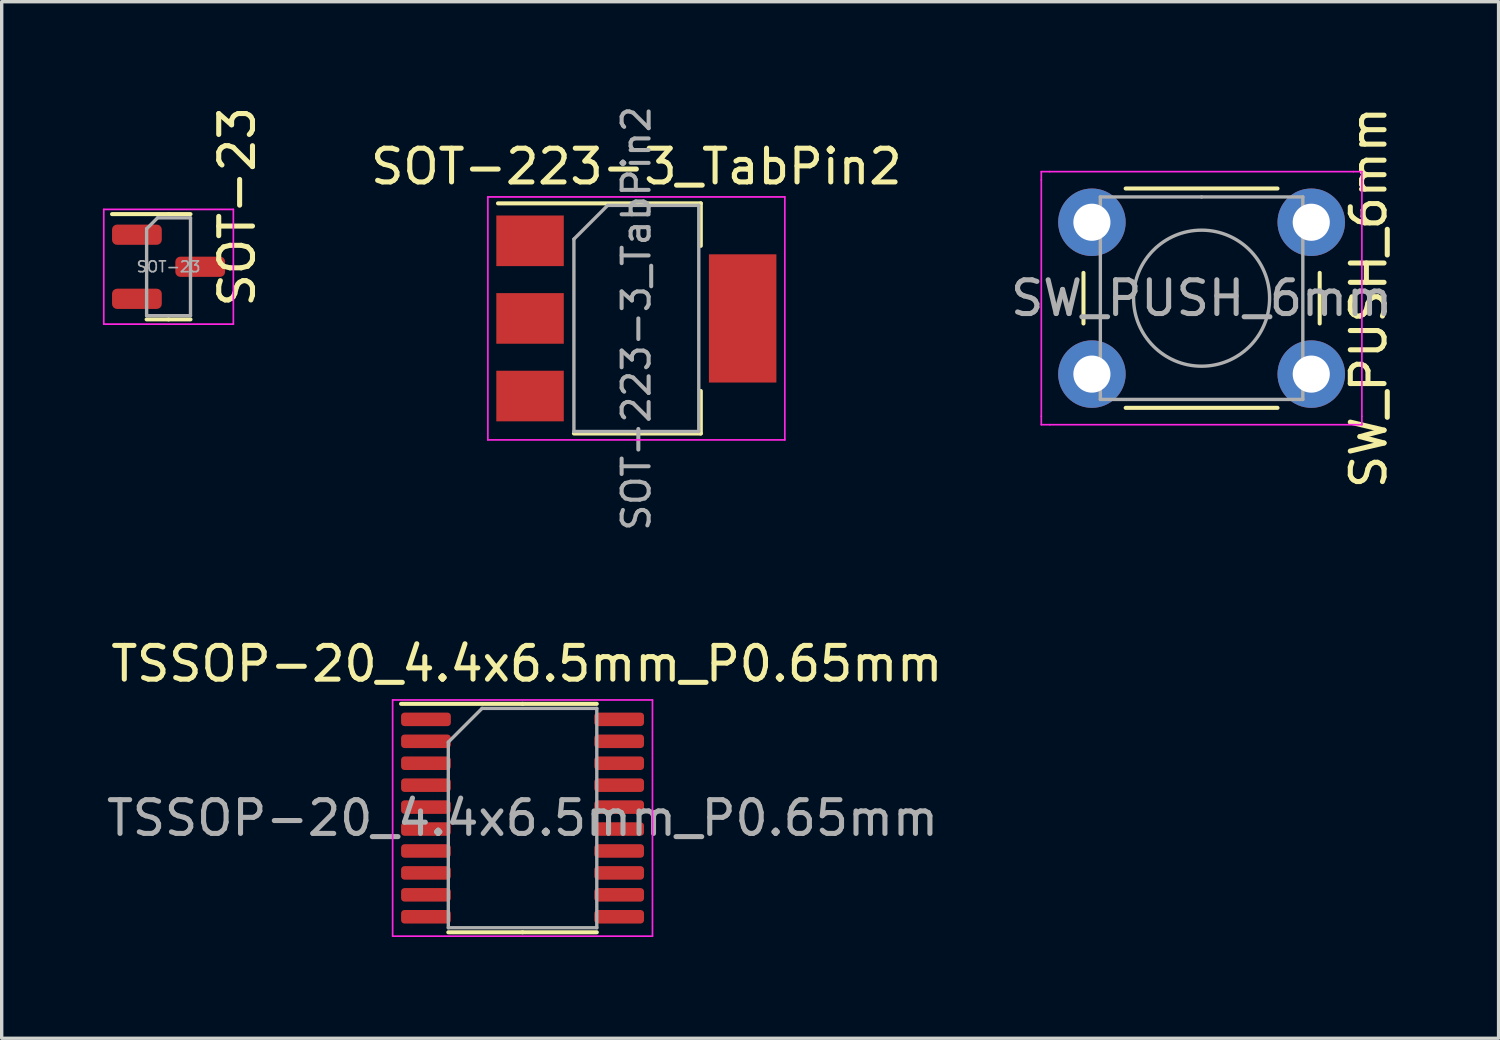
<source format=kicad_pcb>
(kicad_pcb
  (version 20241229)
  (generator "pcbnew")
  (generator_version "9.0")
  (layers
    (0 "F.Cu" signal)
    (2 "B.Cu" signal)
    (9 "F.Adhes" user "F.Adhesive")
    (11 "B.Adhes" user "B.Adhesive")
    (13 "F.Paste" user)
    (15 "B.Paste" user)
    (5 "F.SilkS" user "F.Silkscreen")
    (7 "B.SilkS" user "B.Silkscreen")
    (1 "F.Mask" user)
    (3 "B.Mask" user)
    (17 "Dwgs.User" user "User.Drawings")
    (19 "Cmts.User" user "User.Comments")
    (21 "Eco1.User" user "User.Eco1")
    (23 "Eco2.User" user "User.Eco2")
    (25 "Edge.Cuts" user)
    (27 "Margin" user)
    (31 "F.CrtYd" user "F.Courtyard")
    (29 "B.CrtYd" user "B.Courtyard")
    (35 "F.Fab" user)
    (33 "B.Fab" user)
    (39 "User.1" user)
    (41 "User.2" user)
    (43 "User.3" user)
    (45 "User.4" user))
  (footprint "SOT-223-3_TabPin2"
    (layer "F.Cu")
    (at 15.807 6.386)
    (property "Reference" "SOT-223-3_TabPin2" (at 0 -4.5 0) (layer "F.SilkS") (effects (font (size 1 1) (thickness 0.15))))
    (attr smd)
    (fp_line (start -4.1 -3.41) (end 1.91 -3.41) (stroke (width 0.12) (type solid)) (layer "F.SilkS"))
    (fp_line (start -1.85 3.41) (end 1.91 3.41) (stroke (width 0.12) (type solid)) (layer "F.SilkS"))
    (fp_line (start 1.91 -3.41) (end 1.91 -2.15) (stroke (width 0.12) (type solid)) (layer "F.SilkS"))
    (fp_line (start 1.91 3.41) (end 1.91 2.15) (stroke (width 0.12) (type solid)) (layer "F.SilkS"))
    (fp_line (start -4.4 -3.6) (end -4.4 3.6) (stroke (width 0.05) (type solid)) (layer "F.CrtYd"))
    (fp_line (start -4.4 3.6) (end 4.4 3.6) (stroke (width 0.05) (type solid)) (layer "F.CrtYd"))
    (fp_line (start 4.4 -3.6) (end -4.4 -3.6) (stroke (width 0.05) (type solid)) (layer "F.CrtYd"))
    (fp_line (start 4.4 3.6) (end 4.4 -3.6) (stroke (width 0.05) (type solid)) (layer "F.CrtYd"))
    (fp_line (start -1.85 -2.35) (end -1.85 3.35) (stroke (width 0.1) (type solid)) (layer "F.Fab"))
    (fp_line (start -1.85 -2.35) (end -0.85 -3.35) (stroke (width 0.1) (type solid)) (layer "F.Fab"))
    (fp_line (start -1.85 3.35) (end 1.85 3.35) (stroke (width 0.1) (type solid)) (layer "F.Fab"))
    (fp_line (start -0.85 -3.35) (end 1.85 -3.35) (stroke (width 0.1) (type solid)) (layer "F.Fab"))
    (fp_line (start 1.85 -3.35) (end 1.85 3.35) (stroke (width 0.1) (type solid)) (layer "F.Fab"))
    (fp_text user "${REFERENCE}" (at 0 0 90) (layer "F.Fab") (effects (font (size 0.8 0.8) (thickness 0.12))))
    (pad "1" smd rect (at -3.15 -2.3 180) (size 2 1.5) (layers "F.Cu" "F.Mask" "F.Paste"))
    (pad "2" smd rect (at -3.15 0 180) (size 2 1.5) (layers "F.Cu" "F.Mask" "F.Paste"))
    (pad "2" smd rect (at 3.15 0 180) (size 2 3.8) (layers "F.Cu" "F.Mask" "F.Paste"))
    (pad "3" smd rect (at -3.15 2.3 180) (size 2 1.5) (layers "F.Cu" "F.Mask" "F.Paste")))
  (footprint "TSSOP-20_4.4x6.5mm_P0.65mm"
    (layer "F.Cu")
    (at 12.435 21.192)
    (property "Reference" "TSSOP-20_4.4x6.5mm_P0.65mm" (at 0.127 -4.572 0) (layer "F.SilkS") (effects (font (size 1 1) (thickness 0.15))))
    (attr smd)
    (fp_line (start 0 -3.385) (end -3.6 -3.385) (stroke (width 0.12) (type solid)) (layer "F.SilkS"))
    (fp_line (start 0 -3.385) (end 2.2 -3.385) (stroke (width 0.12) (type solid)) (layer "F.SilkS"))
    (fp_line (start 0 3.385) (end -2.2 3.385) (stroke (width 0.12) (type solid)) (layer "F.SilkS"))
    (fp_line (start 0 3.385) (end 2.2 3.385) (stroke (width 0.12) (type solid)) (layer "F.SilkS"))
    (fp_line (start -3.85 -3.5) (end -3.85 3.5) (stroke (width 0.05) (type solid)) (layer "F.CrtYd"))
    (fp_line (start -3.85 3.5) (end 3.85 3.5) (stroke (width 0.05) (type solid)) (layer "F.CrtYd"))
    (fp_line (start 3.85 -3.5) (end -3.85 -3.5) (stroke (width 0.05) (type solid)) (layer "F.CrtYd"))
    (fp_line (start 3.85 3.5) (end 3.85 -3.5) (stroke (width 0.05) (type solid)) (layer "F.CrtYd"))
    (fp_line (start -2.2 -2.25) (end -1.2 -3.25) (stroke (width 0.1) (type solid)) (layer "F.Fab"))
    (fp_line (start -2.2 3.25) (end -2.2 -2.25) (stroke (width 0.1) (type solid)) (layer "F.Fab"))
    (fp_line (start -1.2 -3.25) (end 2.2 -3.25) (stroke (width 0.1) (type solid)) (layer "F.Fab"))
    (fp_line (start 2.2 -3.25) (end 2.2 3.25) (stroke (width 0.1) (type solid)) (layer "F.Fab"))
    (fp_line (start 2.2 3.25) (end -2.2 3.25) (stroke (width 0.1) (type solid)) (layer "F.Fab"))
    (fp_text user "${REFERENCE}" (at 0 0 0) (layer "F.Fab") (effects (font (size 1 1) (thickness 0.15))))
    (pad "1" smd roundrect (at -2.862 -2.925 180) (size 1.475 0.4) (layers "F.Cu" "F.Mask" "F.Paste") (roundrect_rratio 0.25))
    (pad "2" smd roundrect (at -2.862 -2.275 180) (size 1.475 0.4) (layers "F.Cu" "F.Mask" "F.Paste") (roundrect_rratio 0.25))
    (pad "3" smd roundrect (at -2.862 -1.625 180) (size 1.475 0.4) (layers "F.Cu" "F.Mask" "F.Paste") (roundrect_rratio 0.25))
    (pad "4" smd roundrect (at -2.862 -0.975 180) (size 1.475 0.4) (layers "F.Cu" "F.Mask" "F.Paste") (roundrect_rratio 0.25))
    (pad "5" smd roundrect (at -2.862 -0.325 180) (size 1.475 0.4) (layers "F.Cu" "F.Mask" "F.Paste") (roundrect_rratio 0.25))
    (pad "6" smd roundrect (at -2.862 0.325 180) (size 1.475 0.4) (layers "F.Cu" "F.Mask" "F.Paste") (roundrect_rratio 0.25))
    (pad "7" smd roundrect (at -2.862 0.975 180) (size 1.475 0.4) (layers "F.Cu" "F.Mask" "F.Paste") (roundrect_rratio 0.25))
    (pad "8" smd roundrect (at -2.862 1.625 180) (size 1.475 0.4) (layers "F.Cu" "F.Mask" "F.Paste") (roundrect_rratio 0.25))
    (pad "9" smd roundrect (at -2.862 2.275 180) (size 1.475 0.4) (layers "F.Cu" "F.Mask" "F.Paste") (roundrect_rratio 0.25))
    (pad "10" smd roundrect (at -2.862 2.925 180) (size 1.475 0.4) (layers "F.Cu" "F.Mask" "F.Paste") (roundrect_rratio 0.25))
    (pad "11" smd roundrect (at 2.862 2.925 180) (size 1.475 0.4) (layers "F.Cu" "F.Mask" "F.Paste") (roundrect_rratio 0.25))
    (pad "12" smd roundrect (at 2.862 2.275 180) (size 1.475 0.4) (layers "F.Cu" "F.Mask" "F.Paste") (roundrect_rratio 0.25))
    (pad "13" smd roundrect (at 2.862 1.625 180) (size 1.475 0.4) (layers "F.Cu" "F.Mask" "F.Paste") (roundrect_rratio 0.25))
    (pad "14" smd roundrect (at 2.862 0.975 180) (size 1.475 0.4) (layers "F.Cu" "F.Mask" "F.Paste") (roundrect_rratio 0.25))
    (pad "15" smd roundrect (at 2.862 0.325 180) (size 1.475 0.4) (layers "F.Cu" "F.Mask" "F.Paste") (roundrect_rratio 0.25))
    (pad "16" smd roundrect (at 2.862 -0.325 180) (size 1.475 0.4) (layers "F.Cu" "F.Mask" "F.Paste") (roundrect_rratio 0.25))
    (pad "17" smd roundrect (at 2.862 -0.975 180) (size 1.475 0.4) (layers "F.Cu" "F.Mask" "F.Paste") (roundrect_rratio 0.25))
    (pad "18" smd roundrect (at 2.862 -1.625 180) (size 1.475 0.4) (layers "F.Cu" "F.Mask" "F.Paste") (roundrect_rratio 0.25))
    (pad "19" smd roundrect (at 2.862 -2.275 180) (size 1.475 0.4) (layers "F.Cu" "F.Mask" "F.Paste") (roundrect_rratio 0.25))
    (pad "20" smd roundrect (at 2.862 -2.925 180) (size 1.475 0.4) (layers "F.Cu" "F.Mask" "F.Paste") (roundrect_rratio 0.25)))
  (footprint "SOT-23"
    (layer "F.Cu")
    (at 1.945 4.855)
    (property "Reference" "SOT-23" (at 2.032 -1.778 90) (layer "F.SilkS") (effects (font (size 1 1) (thickness 0.15))))
    (attr smd)
    (fp_line (start 0 -1.56) (end -1.675 -1.56) (stroke (width 0.12) (type solid)) (layer "F.SilkS"))
    (fp_line (start 0 -1.56) (end 0.65 -1.56) (stroke (width 0.12) (type solid)) (layer "F.SilkS"))
    (fp_line (start 0 1.56) (end -0.65 1.56) (stroke (width 0.12) (type solid)) (layer "F.SilkS"))
    (fp_line (start 0 1.56) (end 0.65 1.56) (stroke (width 0.12) (type solid)) (layer "F.SilkS"))
    (fp_line (start -1.92 -1.7) (end -1.92 1.7) (stroke (width 0.05) (type solid)) (layer "F.CrtYd"))
    (fp_line (start -1.92 1.7) (end 1.92 1.7) (stroke (width 0.05) (type solid)) (layer "F.CrtYd"))
    (fp_line (start 1.92 -1.7) (end -1.92 -1.7) (stroke (width 0.05) (type solid)) (layer "F.CrtYd"))
    (fp_line (start 1.92 1.7) (end 1.92 -1.7) (stroke (width 0.05) (type solid)) (layer "F.CrtYd"))
    (fp_line (start -0.65 -1.125) (end -0.325 -1.45) (stroke (width 0.1) (type solid)) (layer "F.Fab"))
    (fp_line (start -0.65 1.45) (end -0.65 -1.125) (stroke (width 0.1) (type solid)) (layer "F.Fab"))
    (fp_line (start -0.325 -1.45) (end 0.65 -1.45) (stroke (width 0.1) (type solid)) (layer "F.Fab"))
    (fp_line (start 0.65 -1.45) (end 0.65 1.45) (stroke (width 0.1) (type solid)) (layer "F.Fab"))
    (fp_line (start 0.65 1.45) (end -0.65 1.45) (stroke (width 0.1) (type solid)) (layer "F.Fab"))
    (fp_text user "${REFERENCE}" (at 0 0 0) (layer "F.Fab") (effects (font (size 0.32 0.32) (thickness 0.05))))
    (pad "1" smd roundrect (at -0.938 -0.95 180) (size 1.475 0.6) (layers "F.Cu" "F.Mask" "F.Paste") (roundrect_rratio 0.25))
    (pad "2" smd roundrect (at -0.938 0.95 180) (size 1.475 0.6) (layers "F.Cu" "F.Mask" "F.Paste") (roundrect_rratio 0.25))
    (pad "3" smd roundrect (at 0.938 0 180) (size 1.475 0.6) (layers "F.Cu" "F.Mask" "F.Paste") (roundrect_rratio 0.25)))
  (footprint "SW_PUSH_6mm"
    (layer "F.Cu")
    (at 29.307 3.536)
    (property "Reference" "SW_PUSH_6mm" (at 8.202 2.232 90) (layer "F.SilkS") (effects (font (size 1 1) (thickness 0.15))))
    (attr through_hole)
    (fp_line (start -0.25 1.5) (end -0.25 3) (stroke (width 0.12) (type solid)) (layer "F.SilkS"))
    (fp_line (start 1 5.5) (end 5.5 5.5) (stroke (width 0.12) (type solid)) (layer "F.SilkS"))
    (fp_line (start 5.5 -1) (end 1 -1) (stroke (width 0.12) (type solid)) (layer "F.SilkS"))
    (fp_line (start 6.75 3) (end 6.75 1.5) (stroke (width 0.12) (type solid)) (layer "F.SilkS"))
    (fp_line (start -1.5 -1.5) (end -1.25 -1.5) (stroke (width 0.05) (type solid)) (layer "F.CrtYd"))
    (fp_line (start -1.5 -1.25) (end -1.5 -1.5) (stroke (width 0.05) (type solid)) (layer "F.CrtYd"))
    (fp_line (start -1.5 5.75) (end -1.5 -1.25) (stroke (width 0.05) (type solid)) (layer "F.CrtYd"))
    (fp_line (start -1.5 5.75) (end -1.5 6) (stroke (width 0.05) (type solid)) (layer "F.CrtYd"))
    (fp_line (start -1.5 6) (end -1.25 6) (stroke (width 0.05) (type solid)) (layer "F.CrtYd"))
    (fp_line (start -1.25 -1.5) (end 7.75 -1.5) (stroke (width 0.05) (type solid)) (layer "F.CrtYd"))
    (fp_line (start 7.75 -1.5) (end 8 -1.5) (stroke (width 0.05) (type solid)) (layer "F.CrtYd"))
    (fp_line (start 7.75 6) (end -1.25 6) (stroke (width 0.05) (type solid)) (layer "F.CrtYd"))
    (fp_line (start 7.75 6) (end 8 6) (stroke (width 0.05) (type solid)) (layer "F.CrtYd"))
    (fp_line (start 8 -1.5) (end 8 -1.25) (stroke (width 0.05) (type solid)) (layer "F.CrtYd"))
    (fp_line (start 8 -1.25) (end 8 5.75) (stroke (width 0.05) (type solid)) (layer "F.CrtYd"))
    (fp_line (start 8 6) (end 8 5.75) (stroke (width 0.05) (type solid)) (layer "F.CrtYd"))
    (fp_line (start 0.25 -0.75) (end 3.25 -0.75) (stroke (width 0.1) (type solid)) (layer "F.Fab"))
    (fp_line (start 0.25 5.25) (end 0.25 -0.75) (stroke (width 0.1) (type solid)) (layer "F.Fab"))
    (fp_line (start 3.25 -0.75) (end 6.25 -0.75) (stroke (width 0.1) (type solid)) (layer "F.Fab"))
    (fp_line (start 6.25 -0.75) (end 6.25 5.25) (stroke (width 0.1) (type solid)) (layer "F.Fab"))
    (fp_line (start 6.25 5.25) (end 0.25 5.25) (stroke (width 0.1) (type solid)) (layer "F.Fab"))
    (fp_circle (center 3.25 2.25) (end 1.25 2.5) (stroke (width 0.1) (type solid)) (fill no) (layer "F.Fab"))
    (fp_text user "${REFERENCE}" (at 3.25 2.25 0) (layer "F.Fab") (effects (font (size 1 1) (thickness 0.15))))
    (pad "1" thru_hole circle (at 0 0 90) (size 2 2) (drill 1.1) (layers "*.Cu" "*.Mask"))
    (pad "1" thru_hole circle (at 6.5 0 90) (size 2 2) (drill 1.1) (layers "*.Cu" "*.Mask"))
    (pad "2" thru_hole circle (at 0 4.5 90) (size 2 2) (drill 1.1) (layers "*.Cu" "*.Mask"))
    (pad "2" thru_hole circle (at 6.5 4.5 90) (size 2 2) (drill 1.1) (layers "*.Cu" "*.Mask")))
  (gr_rect
    (start -3 -3)
    (end 41.358 27.717)
    (stroke (width 0.1) (type default))
    (fill no)
    (layer "Edge.Cuts")))
</source>
